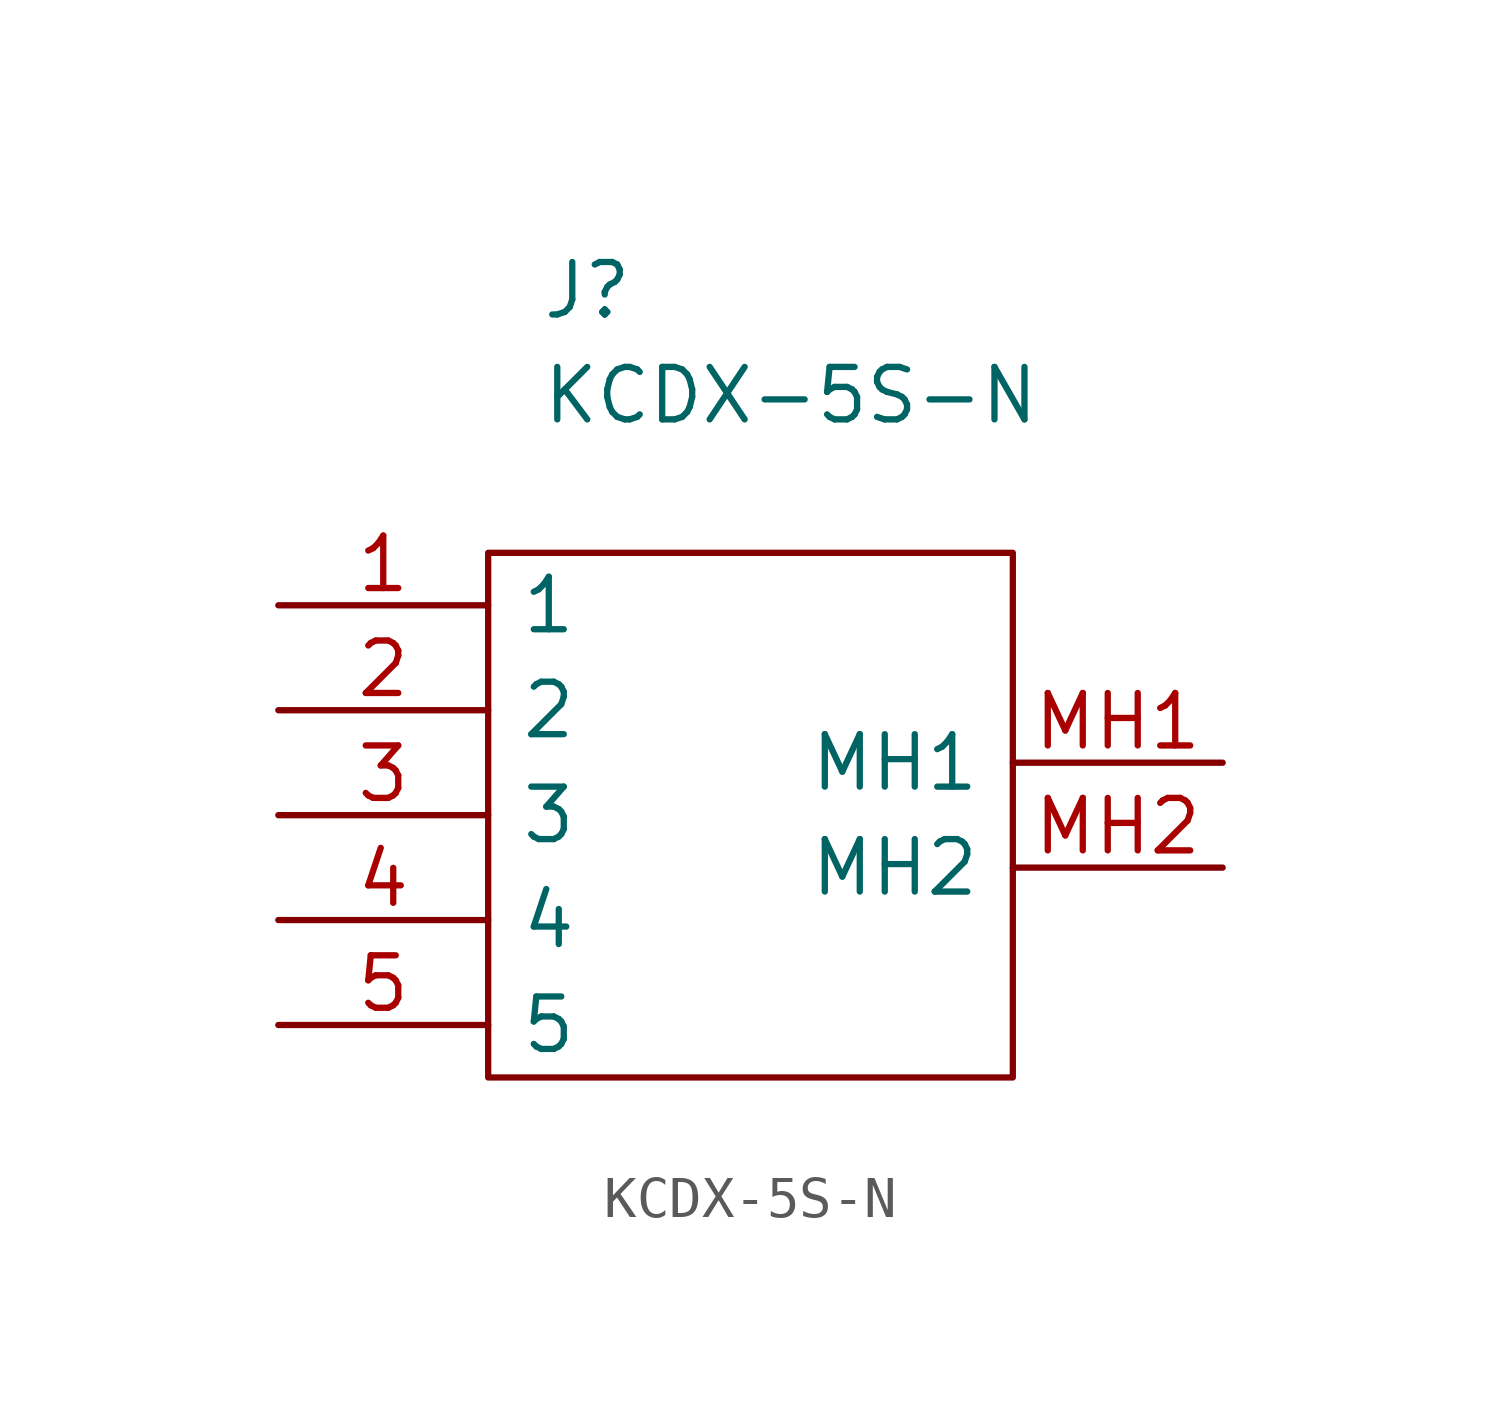
<source format=kicad_sym>
(kicad_symbol_lib
  (version 20211014)
  (generator kicad_symbol_editor)
  (symbol "KCDX-5S-N"
    (pin_names
      (offset 0.762))
    (property "Reference" "J"
      (at 1.27 12.7 0)
      (effects (font (size 1.27 1.27)) (justify left)))
    (property "Value" "KCDX-5S-N"
      (at 1.27 10.16 0)
      (effects (font (size 1.27 1.27)) (justify left)))
    (symbol "KCDX-5S-N_0_0"
      (pin passive line (at -5.08 5.08 0) (length 5.08) (name "1" (effects (font (size 1.27 1.27)))) (number "1" (effects (font (size 1.27 1.27)))))
      (pin passive line (at -5.08 2.54 0) (length 5.08) (name "2" (effects (font (size 1.27 1.27)))) (number "2" (effects (font (size 1.27 1.27)))))
      (pin passive line (at -5.08 0 0) (length 5.08) (name "3" (effects (font (size 1.27 1.27)))) (number "3" (effects (font (size 1.27 1.27)))))
      (pin passive line (at -5.08 -2.54 0) (length 5.08) (name "4" (effects (font (size 1.27 1.27)))) (number "4" (effects (font (size 1.27 1.27)))))
      (pin passive line (at -5.08 -5.08 0) (length 5.08) (name "5" (effects (font (size 1.27 1.27)))) (number "5" (effects (font (size 1.27 1.27)))))
      (pin passive line (at 17.78 1.27 180) (length 5.08) (name "MH1" (effects (font (size 1.27 1.27)))) (number "MH1" (effects (font (size 1.27 1.27)))))
      (pin passive line (at 17.78 -1.27 180) (length 5.08) (name "MH2" (effects (font (size 1.27 1.27)))) (number "MH2" (effects (font (size 1.27 1.27))))))
    (symbol "KCDX-5S-N_0_1"
      (polyline (pts (xy 0 6.35) (xy 12.7 6.35) (xy 12.7 -6.35) (xy 0 -6.35) (xy 0 6.35)) (stroke (width 0.152) (type default) (color 0 0 0 0)) (fill (type none))))))
</source>
